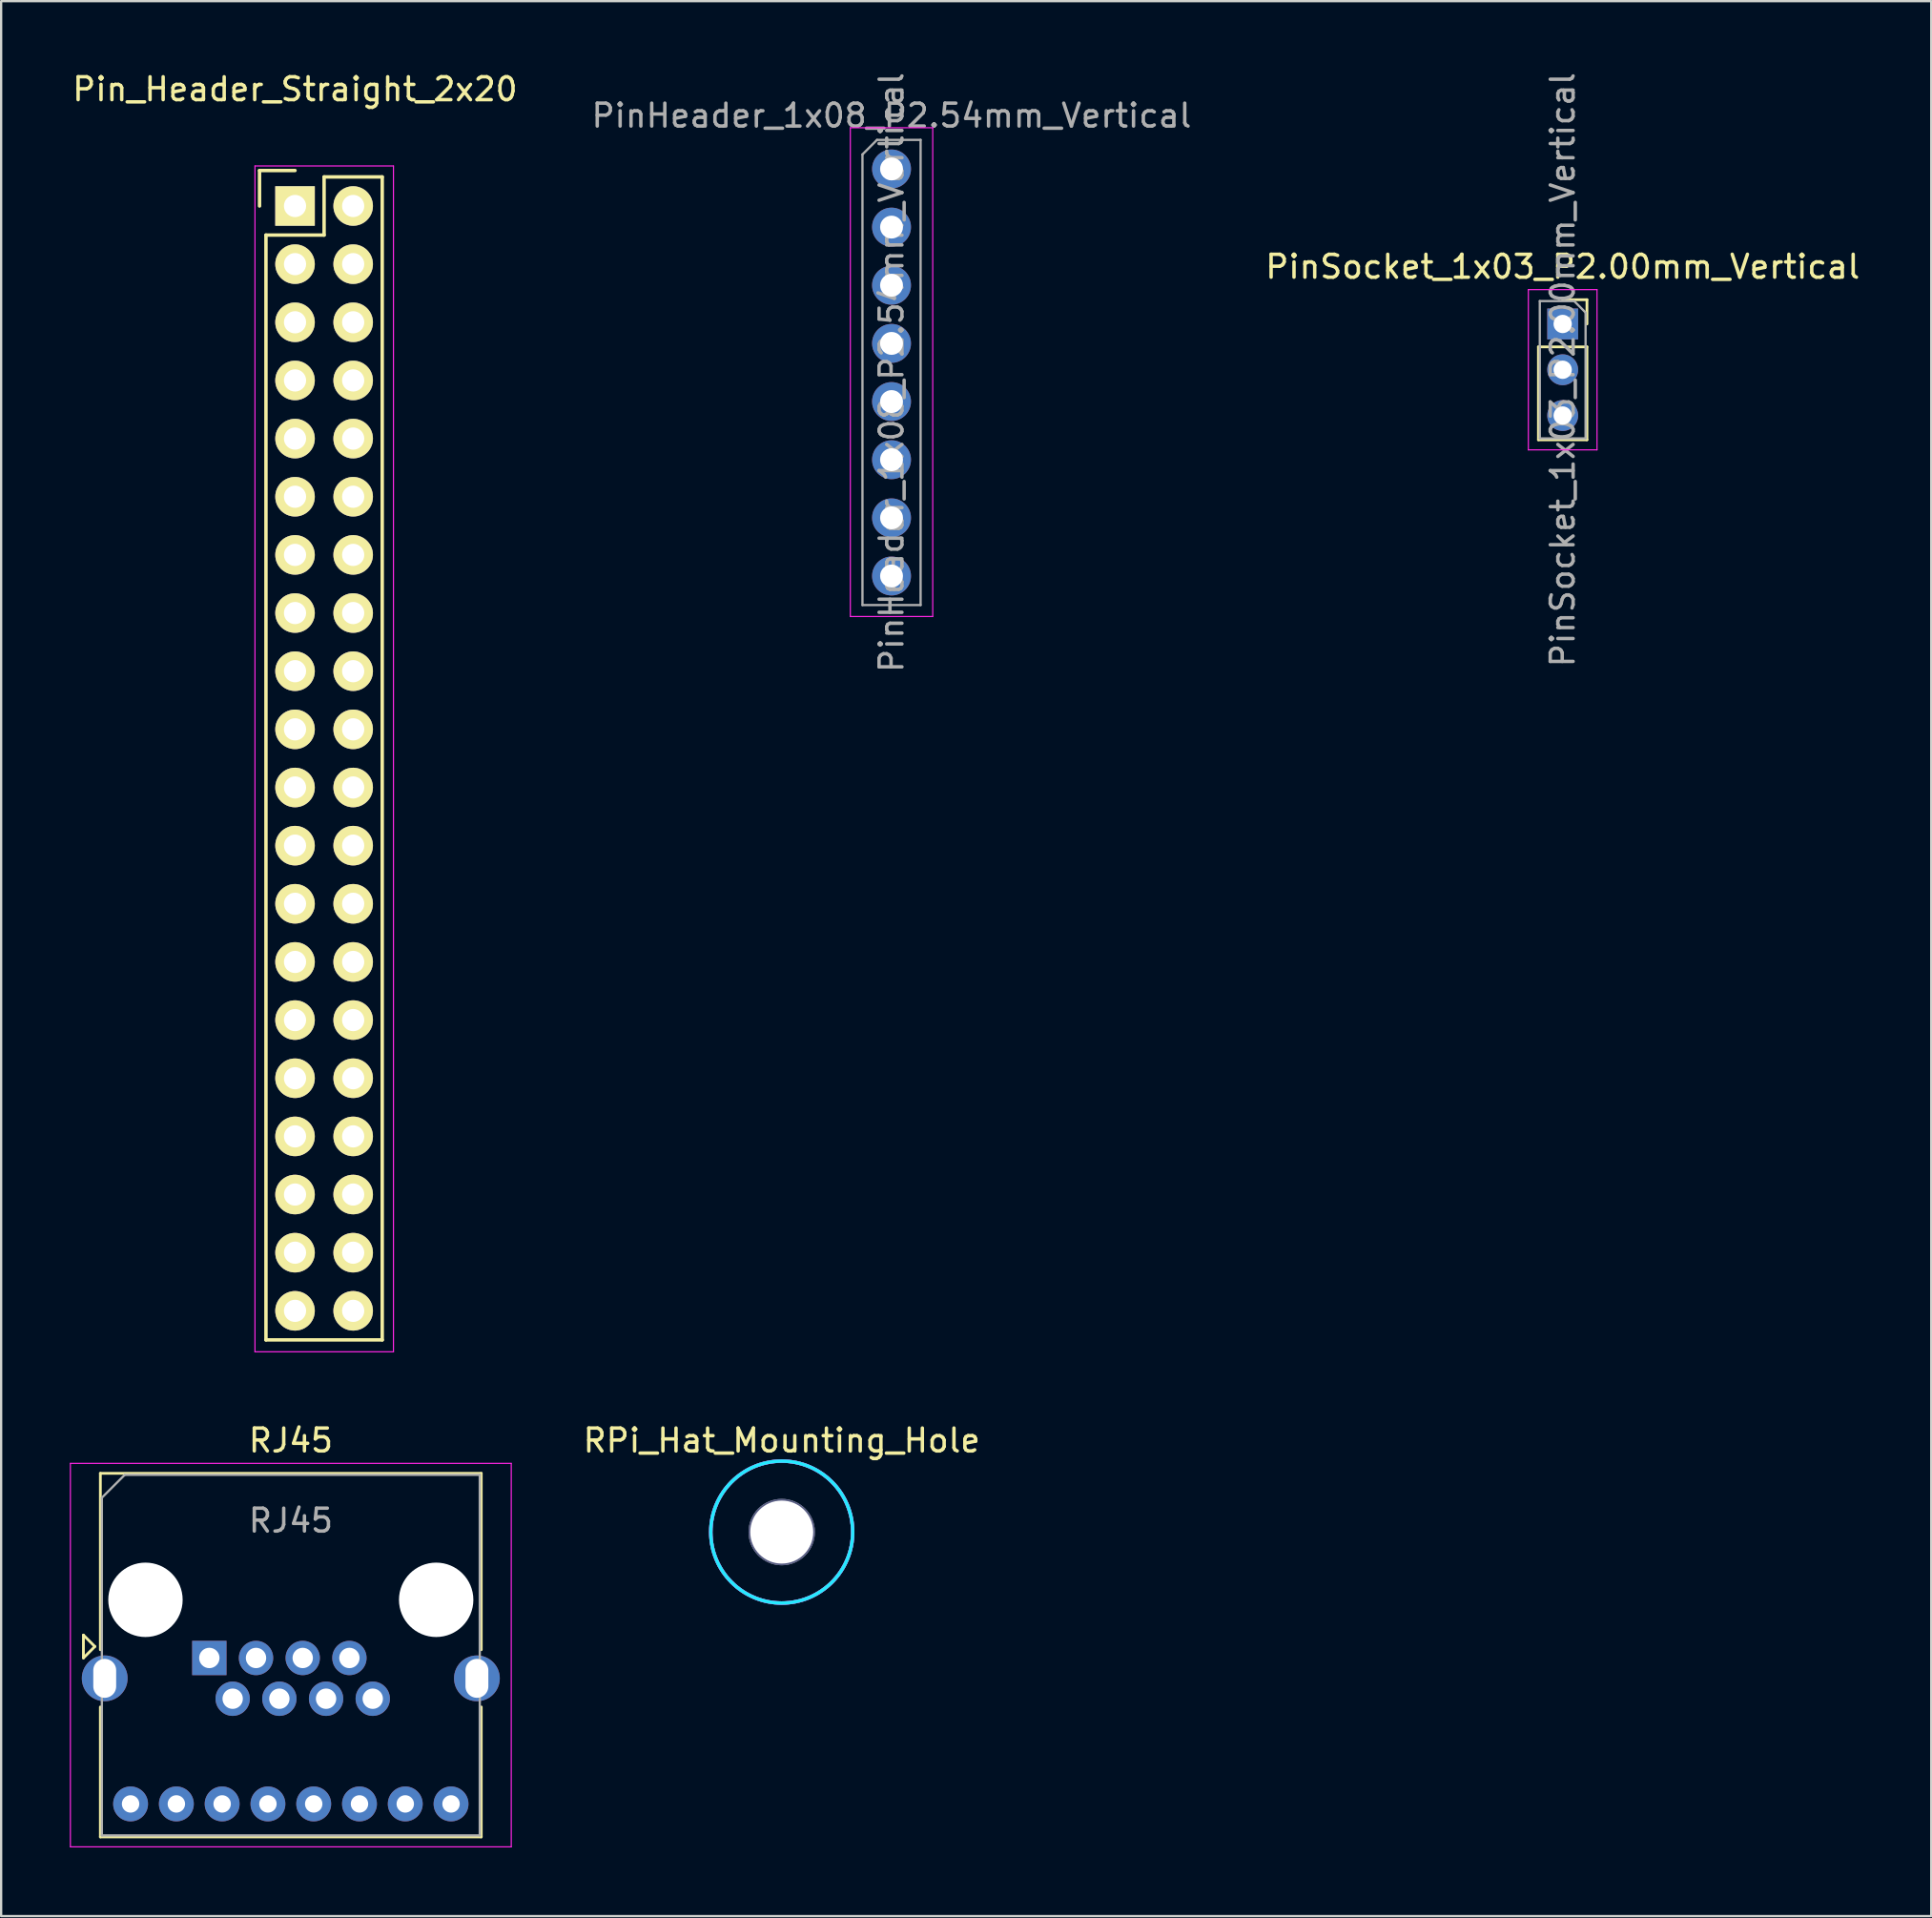
<source format=kicad_pcb>
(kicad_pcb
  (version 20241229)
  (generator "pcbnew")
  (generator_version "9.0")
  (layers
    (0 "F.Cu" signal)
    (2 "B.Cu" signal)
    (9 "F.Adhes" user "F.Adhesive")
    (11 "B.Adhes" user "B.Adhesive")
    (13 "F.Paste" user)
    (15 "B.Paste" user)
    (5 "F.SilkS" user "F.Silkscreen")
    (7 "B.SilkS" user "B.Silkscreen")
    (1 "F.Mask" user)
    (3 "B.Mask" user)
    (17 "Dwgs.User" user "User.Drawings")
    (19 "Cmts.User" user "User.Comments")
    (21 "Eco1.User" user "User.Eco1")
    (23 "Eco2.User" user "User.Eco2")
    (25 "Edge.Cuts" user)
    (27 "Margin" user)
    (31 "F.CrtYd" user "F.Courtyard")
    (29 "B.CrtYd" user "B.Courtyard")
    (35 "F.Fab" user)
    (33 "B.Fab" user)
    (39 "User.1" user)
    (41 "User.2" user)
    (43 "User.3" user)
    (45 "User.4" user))
  (footprint "RJ45"
    (layer "F.Cu")
    (at 9.655 69.246)
    (property "Reference" "RJ45" (at 0 -9.375 0) (layer "F.SilkS") (effects (font (size 1 1) (thickness 0.15))))
    (attr through_hole)
    (fp_line (start -9.06 -0.875) (end -8.56 -0.375) (stroke (width 0.12) (type solid)) (layer "F.SilkS"))
    (fp_line (start -9.06 0.125) (end -9.06 -0.875) (stroke (width 0.12) (type solid)) (layer "F.SilkS"))
    (fp_line (start -8.56 -0.375) (end -9.06 0.125) (stroke (width 0.12) (type solid)) (layer "F.SilkS"))
    (fp_line (start -8.32 -7.94) (end -8.32 -0.235) (stroke (width 0.12) (type solid)) (layer "F.SilkS"))
    (fp_line (start -8.32 -7.94) (end 8.32 -7.94) (stroke (width 0.12) (type solid)) (layer "F.SilkS"))
    (fp_line (start -8.32 7.94) (end -8.32 2.265) (stroke (width 0.12) (type solid)) (layer "F.SilkS"))
    (fp_line (start -8.32 7.94) (end 8.32 7.94) (stroke (width 0.12) (type solid)) (layer "F.SilkS"))
    (fp_line (start 8.32 -7.94) (end 8.32 -0.235) (stroke (width 0.12) (type solid)) (layer "F.SilkS"))
    (fp_line (start 8.32 7.94) (end 8.32 2.265) (stroke (width 0.12) (type solid)) (layer "F.SilkS"))
    (fp_line (start -9.63 -8.375) (end -9.63 8.375) (stroke (width 0.05) (type solid)) (layer "F.CrtYd"))
    (fp_line (start -9.63 -8.375) (end 9.63 -8.375) (stroke (width 0.05) (type solid)) (layer "F.CrtYd"))
    (fp_line (start -9.63 8.375) (end 9.63 8.375) (stroke (width 0.05) (type solid)) (layer "F.CrtYd"))
    (fp_line (start 9.63 -8.375) (end 9.63 8.375) (stroke (width 0.05) (type solid)) (layer "F.CrtYd"))
    (fp_line (start -8.255 -6.875) (end -8.255 7.875) (stroke (width 0.1) (type solid)) (layer "F.Fab"))
    (fp_line (start -8.255 -6.875) (end -7.255 -7.875) (stroke (width 0.1) (type solid)) (layer "F.Fab"))
    (fp_line (start -8.255 7.875) (end 8.255 7.875) (stroke (width 0.1) (type solid)) (layer "F.Fab"))
    (fp_line (start -7.255 -7.875) (end 8.255 -7.875) (stroke (width 0.1) (type solid)) (layer "F.Fab"))
    (fp_line (start 8.255 -7.875) (end 8.255 7.875) (stroke (width 0.1) (type solid)) (layer "F.Fab"))
    (fp_text user "${REFERENCE}" (at 0 -5.875 0) (layer "F.Fab") (effects (font (size 1 1) (thickness 0.15))))
    (pad "" np_thru_hole circle (at -6.35 -2.415) (size 3.25 3.25) (drill 3.25) (layers "*.Cu" "*.Mask"))
    (pad "" np_thru_hole circle (at 6.35 -2.415) (size 3.25 3.25) (drill 3.25) (layers "*.Cu" "*.Mask"))
    (pad "1" thru_hole circle (at -7 6.5) (size 1.524 1.524) (drill 0.762) (layers "*.Cu" "*.Mask"))
    (pad "1" thru_hole rect (at -3.56 0.125) (size 1.5 1.5) (drill 0.89) (layers "*.Cu" "*.Mask"))
    (pad "2" thru_hole circle (at -5 6.5) (size 1.524 1.524) (drill 0.762) (layers "*.Cu" "*.Mask"))
    (pad "2" thru_hole circle (at -2.54 1.905) (size 1.5 1.5) (drill 0.89) (layers "*.Cu" "*.Mask"))
    (pad "3" thru_hole circle (at -3 6.5) (size 1.524 1.524) (drill 0.762) (layers "*.Cu" "*.Mask"))
    (pad "3" thru_hole circle (at -1.52 0.125) (size 1.5 1.5) (drill 0.89) (layers "*.Cu" "*.Mask"))
    (pad "4" thru_hole circle (at -1 6.5) (size 1.524 1.524) (drill 0.762) (layers "*.Cu" "*.Mask"))
    (pad "4" thru_hole circle (at -0.5 1.905) (size 1.5 1.5) (drill 0.89) (layers "*.Cu" "*.Mask"))
    (pad "5" thru_hole circle (at 0.52 0.125) (size 1.5 1.5) (drill 0.89) (layers "*.Cu" "*.Mask"))
    (pad "5" thru_hole circle (at 1 6.5) (size 1.524 1.524) (drill 0.762) (layers "*.Cu" "*.Mask"))
    (pad "6" thru_hole circle (at 1.54 1.905) (size 1.5 1.5) (drill 0.89) (layers "*.Cu" "*.Mask"))
    (pad "6" thru_hole circle (at 3 6.5) (size 1.524 1.524) (drill 0.762) (layers "*.Cu" "*.Mask"))
    (pad "7" thru_hole circle (at 2.56 0.125) (size 1.5 1.5) (drill 0.89) (layers "*.Cu" "*.Mask"))
    (pad "7" thru_hole circle (at 5 6.5) (size 1.524 1.524) (drill 0.762) (layers "*.Cu" "*.Mask"))
    (pad "8" thru_hole circle (at 3.58 1.905) (size 1.5 1.5) (drill 0.89) (layers "*.Cu" "*.Mask"))
    (pad "8" thru_hole circle (at 7 6.5) (size 1.524 1.524) (drill 0.762) (layers "*.Cu" "*.Mask"))
    (pad "SH" thru_hole circle (at -8.13 1.015) (size 2 2) (drill oval 1 1.7) (layers "*.Cu" "*.Mask"))
    (pad "SH" thru_hole circle (at 8.13 1.015) (size 2 2) (drill oval 1 1.7) (layers "*.Cu" "*.Mask")))
  (footprint "PinHeader_1x08_P2.54mm_Vertical"
    (layer "F.Cu")
    (at 35.899 4.33)
    (property "Reference" "PinHeader_1x08_P2.54mm_Vertical" (at 0 -2.33 0) (layer "F.Fab") (effects (font (size 1 1) (thickness 0.15))))
    (attr through_hole)
    (fp_line (start -1.8 -1.8) (end -1.8 19.55) (stroke (width 0.05) (type solid)) (layer "F.CrtYd"))
    (fp_line (start -1.8 19.55) (end 1.8 19.55) (stroke (width 0.05) (type solid)) (layer "F.CrtYd"))
    (fp_line (start 1.8 -1.8) (end -1.8 -1.8) (stroke (width 0.05) (type solid)) (layer "F.CrtYd"))
    (fp_line (start 1.8 19.55) (end 1.8 -1.8) (stroke (width 0.05) (type solid)) (layer "F.CrtYd"))
    (fp_line (start -1.27 -0.635) (end -0.635 -1.27) (stroke (width 0.1) (type solid)) (layer "F.Fab"))
    (fp_line (start -1.27 19.05) (end -1.27 -0.635) (stroke (width 0.1) (type solid)) (layer "F.Fab"))
    (fp_line (start -0.635 -1.27) (end 1.27 -1.27) (stroke (width 0.1) (type solid)) (layer "F.Fab"))
    (fp_line (start 1.27 -1.27) (end 1.27 19.05) (stroke (width 0.1) (type solid)) (layer "F.Fab"))
    (fp_line (start 1.27 19.05) (end -1.27 19.05) (stroke (width 0.1) (type solid)) (layer "F.Fab"))
    (fp_text user "${REFERENCE}" (at 0 8.89 90) (layer "F.Fab") (effects (font (size 1 1) (thickness 0.15))))
    (pad "1" thru_hole circle (at 0 0) (size 1.7 1.7) (drill 1) (layers "*.Cu" "*.Mask"))
    (pad "2" thru_hole oval (at 0 2.54) (size 1.7 1.7) (drill 1) (layers "*.Cu" "*.Mask"))
    (pad "3" thru_hole oval (at 0 5.08) (size 1.7 1.7) (drill 1) (layers "*.Cu" "*.Mask"))
    (pad "4" thru_hole oval (at 0 7.62) (size 1.7 1.7) (drill 1) (layers "*.Cu" "*.Mask"))
    (pad "5" thru_hole oval (at 0 10.16) (size 1.7 1.7) (drill 1) (layers "*.Cu" "*.Mask"))
    (pad "6" thru_hole oval (at 0 12.7) (size 1.7 1.7) (drill 1) (layers "*.Cu" "*.Mask"))
    (pad "7" thru_hole oval (at 0 15.24) (size 1.7 1.7) (drill 1) (layers "*.Cu" "*.Mask"))
    (pad "8" thru_hole oval (at 0 17.78) (size 1.7 1.7) (drill 1) (layers "*.Cu" "*.Mask")))
  (footprint "Pin_Header_Straight_2x20"
    (layer "F.Cu")
    (at 11.109 30.078)
    (property "Reference" "Pin_Header_Straight_2x20" (at -1.27 -29.23 0) (layer "F.SilkS") (effects (font (size 1 1) (thickness 0.15))))
    (attr through_hole)
    (fp_line (start -2.82 -25.68) (end -2.82 -24.13) (stroke (width 0.15) (type solid)) (layer "F.SilkS"))
    (fp_line (start -2.54 -22.86) (end -2.54 25.4) (stroke (width 0.15) (type solid)) (layer "F.SilkS"))
    (fp_line (start -1.27 -25.68) (end -2.82 -25.68) (stroke (width 0.15) (type solid)) (layer "F.SilkS"))
    (fp_line (start 0 -25.4) (end 0 -22.86) (stroke (width 0.15) (type solid)) (layer "F.SilkS"))
    (fp_line (start 0 -22.86) (end -2.54 -22.86) (stroke (width 0.15) (type solid)) (layer "F.SilkS"))
    (fp_line (start 2.54 -25.4) (end 0 -25.4) (stroke (width 0.15) (type solid)) (layer "F.SilkS"))
    (fp_line (start 2.54 25.4) (end -2.54 25.4) (stroke (width 0.15) (type solid)) (layer "F.SilkS"))
    (fp_line (start 2.54 25.4) (end 2.54 -25.4) (stroke (width 0.15) (type solid)) (layer "F.SilkS"))
    (fp_line (start -3.02 -25.88) (end -3.02 25.92) (stroke (width 0.05) (type solid)) (layer "F.CrtYd"))
    (fp_line (start -3.02 -25.88) (end 3.03 -25.88) (stroke (width 0.05) (type solid)) (layer "F.CrtYd"))
    (fp_line (start -3.02 25.92) (end 3.03 25.92) (stroke (width 0.05) (type solid)) (layer "F.CrtYd"))
    (fp_line (start 3.03 -25.88) (end 3.03 25.92) (stroke (width 0.05) (type solid)) (layer "F.CrtYd"))
    (pad "1" thru_hole rect (at -1.27 -24.13) (size 1.727 1.727) (drill 0.97) (layers "*.Cu" "*.Mask" "F.SilkS"))
    (pad "2" thru_hole oval (at 1.27 -24.13) (size 1.727 1.727) (drill 0.97) (layers "*.Cu" "*.Mask" "F.SilkS"))
    (pad "3" thru_hole oval (at -1.27 -21.59) (size 1.727 1.727) (drill 0.97) (layers "*.Cu" "*.Mask" "F.SilkS"))
    (pad "4" thru_hole oval (at 1.27 -21.59) (size 1.727 1.727) (drill 0.97) (layers "*.Cu" "*.Mask" "F.SilkS"))
    (pad "5" thru_hole oval (at -1.27 -19.05) (size 1.727 1.727) (drill 0.97) (layers "*.Cu" "*.Mask" "F.SilkS"))
    (pad "6" thru_hole oval (at 1.27 -19.05) (size 1.727 1.727) (drill 0.97) (layers "*.Cu" "*.Mask" "F.SilkS"))
    (pad "7" thru_hole oval (at -1.27 -16.51) (size 1.727 1.727) (drill 0.97) (layers "*.Cu" "*.Mask" "F.SilkS"))
    (pad "8" thru_hole oval (at 1.27 -16.51) (size 1.727 1.727) (drill 0.97) (layers "*.Cu" "*.Mask" "F.SilkS"))
    (pad "9" thru_hole oval (at -1.27 -13.97) (size 1.727 1.727) (drill 0.97) (layers "*.Cu" "*.Mask" "F.SilkS"))
    (pad "10" thru_hole oval (at 1.27 -13.97) (size 1.727 1.727) (drill 0.97) (layers "*.Cu" "*.Mask" "F.SilkS"))
    (pad "11" thru_hole oval (at -1.27 -11.43) (size 1.727 1.727) (drill 0.97) (layers "*.Cu" "*.Mask" "F.SilkS"))
    (pad "12" thru_hole oval (at 1.27 -11.43) (size 1.727 1.727) (drill 0.97) (layers "*.Cu" "*.Mask" "F.SilkS"))
    (pad "13" thru_hole oval (at -1.27 -8.89) (size 1.727 1.727) (drill 0.97) (layers "*.Cu" "*.Mask" "F.SilkS"))
    (pad "14" thru_hole oval (at 1.27 -8.89) (size 1.727 1.727) (drill 0.97) (layers "*.Cu" "*.Mask" "F.SilkS"))
    (pad "15" thru_hole oval (at -1.27 -6.35) (size 1.727 1.727) (drill 0.97) (layers "*.Cu" "*.Mask" "F.SilkS"))
    (pad "16" thru_hole oval (at 1.27 -6.35) (size 1.727 1.727) (drill 0.97) (layers "*.Cu" "*.Mask" "F.SilkS"))
    (pad "17" thru_hole oval (at -1.27 -3.81) (size 1.727 1.727) (drill 0.97) (layers "*.Cu" "*.Mask" "F.SilkS"))
    (pad "18" thru_hole oval (at 1.27 -3.81) (size 1.727 1.727) (drill 0.97) (layers "*.Cu" "*.Mask" "F.SilkS"))
    (pad "19" thru_hole oval (at -1.27 -1.27) (size 1.727 1.727) (drill 0.97) (layers "*.Cu" "*.Mask" "F.SilkS"))
    (pad "20" thru_hole oval (at 1.27 -1.27) (size 1.727 1.727) (drill 0.97) (layers "*.Cu" "*.Mask" "F.SilkS"))
    (pad "21" thru_hole oval (at -1.27 1.27) (size 1.727 1.727) (drill 0.97) (layers "*.Cu" "*.Mask" "F.SilkS"))
    (pad "22" thru_hole oval (at 1.27 1.27) (size 1.727 1.727) (drill 0.97) (layers "*.Cu" "*.Mask" "F.SilkS"))
    (pad "23" thru_hole oval (at -1.27 3.81) (size 1.727 1.727) (drill 0.97) (layers "*.Cu" "*.Mask" "F.SilkS"))
    (pad "24" thru_hole oval (at 1.27 3.81) (size 1.727 1.727) (drill 0.97) (layers "*.Cu" "*.Mask" "F.SilkS"))
    (pad "25" thru_hole oval (at -1.27 6.35) (size 1.727 1.727) (drill 0.97) (layers "*.Cu" "*.Mask" "F.SilkS"))
    (pad "26" thru_hole oval (at 1.27 6.35) (size 1.727 1.727) (drill 0.97) (layers "*.Cu" "*.Mask" "F.SilkS"))
    (pad "27" thru_hole oval (at -1.27 8.89) (size 1.727 1.727) (drill 0.97) (layers "*.Cu" "*.Mask" "F.SilkS"))
    (pad "28" thru_hole oval (at 1.27 8.89) (size 1.727 1.727) (drill 0.97) (layers "*.Cu" "*.Mask" "F.SilkS"))
    (pad "29" thru_hole oval (at -1.27 11.43) (size 1.727 1.727) (drill 0.97) (layers "*.Cu" "*.Mask" "F.SilkS"))
    (pad "30" thru_hole oval (at 1.27 11.43) (size 1.727 1.727) (drill 0.97) (layers "*.Cu" "*.Mask" "F.SilkS"))
    (pad "31" thru_hole oval (at -1.27 13.97) (size 1.727 1.727) (drill 0.97) (layers "*.Cu" "*.Mask" "F.SilkS"))
    (pad "32" thru_hole oval (at 1.27 13.97) (size 1.727 1.727) (drill 0.97) (layers "*.Cu" "*.Mask" "F.SilkS"))
    (pad "33" thru_hole oval (at -1.27 16.51) (size 1.727 1.727) (drill 0.97) (layers "*.Cu" "*.Mask" "F.SilkS"))
    (pad "34" thru_hole oval (at 1.27 16.51) (size 1.727 1.727) (drill 0.97) (layers "*.Cu" "*.Mask" "F.SilkS"))
    (pad "35" thru_hole oval (at -1.27 19.05) (size 1.727 1.727) (drill 0.97) (layers "*.Cu" "*.Mask" "F.SilkS"))
    (pad "36" thru_hole oval (at 1.27 19.05) (size 1.727 1.727) (drill 0.97) (layers "*.Cu" "*.Mask" "F.SilkS"))
    (pad "37" thru_hole oval (at -1.27 21.59) (size 1.727 1.727) (drill 0.97) (layers "*.Cu" "*.Mask" "F.SilkS"))
    (pad "38" thru_hole oval (at 1.27 21.59) (size 1.727 1.727) (drill 0.97) (layers "*.Cu" "*.Mask" "F.SilkS"))
    (pad "39" thru_hole oval (at -1.27 24.13) (size 1.727 1.727) (drill 0.97) (layers "*.Cu" "*.Mask" "F.SilkS"))
    (pad "40" thru_hole oval (at 1.27 24.13) (size 1.727 1.727) (drill 0.97) (layers "*.Cu" "*.Mask" "F.SilkS")))
  (footprint "PinSocket_1x03_P2.00mm_Vertical"
    (layer "F.Cu")
    (at 65.22 11.101)
    (property "Reference" "PinSocket_1x03_P2.00mm_Vertical" (at 0 -2.5 0) (layer "F.SilkS") (effects (font (size 1 1) (thickness 0.15))))
    (attr through_hole)
    (fp_line (start -1.06 1) (end -1.06 5.06) (stroke (width 0.12) (type solid)) (layer "F.SilkS"))
    (fp_line (start -1.06 1) (end 1.06 1) (stroke (width 0.12) (type solid)) (layer "F.SilkS"))
    (fp_line (start -1.06 5.06) (end 1.06 5.06) (stroke (width 0.12) (type solid)) (layer "F.SilkS"))
    (fp_line (start 0 -1.06) (end 1.06 -1.06) (stroke (width 0.12) (type solid)) (layer "F.SilkS"))
    (fp_line (start 1.06 -1.06) (end 1.06 0) (stroke (width 0.12) (type solid)) (layer "F.SilkS"))
    (fp_line (start 1.06 1) (end 1.06 5.06) (stroke (width 0.12) (type solid)) (layer "F.SilkS"))
    (fp_line (start -1.5 -1.5) (end 1.5 -1.5) (stroke (width 0.05) (type solid)) (layer "F.CrtYd"))
    (fp_line (start -1.5 5.5) (end -1.5 -1.5) (stroke (width 0.05) (type solid)) (layer "F.CrtYd"))
    (fp_line (start 1.5 -1.5) (end 1.5 5.5) (stroke (width 0.05) (type solid)) (layer "F.CrtYd"))
    (fp_line (start 1.5 5.5) (end -1.5 5.5) (stroke (width 0.05) (type solid)) (layer "F.CrtYd"))
    (fp_line (start -1 -1) (end 0.5 -1) (stroke (width 0.1) (type solid)) (layer "F.Fab"))
    (fp_line (start -1 5) (end -1 -1) (stroke (width 0.1) (type solid)) (layer "F.Fab"))
    (fp_line (start 0.5 -1) (end 1 -0.5) (stroke (width 0.1) (type solid)) (layer "F.Fab"))
    (fp_line (start 1 -0.5) (end 1 5) (stroke (width 0.1) (type solid)) (layer "F.Fab"))
    (fp_line (start 1 5) (end -1 5) (stroke (width 0.1) (type solid)) (layer "F.Fab"))
    (fp_text user "${REFERENCE}" (at 0 2 90) (layer "F.Fab") (effects (font (size 1 1) (thickness 0.15))))
    (pad "1" thru_hole rect (at 0 0) (size 1.35 1.35) (drill 0.8) (layers "*.Cu" "*.Mask"))
    (pad "2" thru_hole oval (at 0 2) (size 1.35 1.35) (drill 0.8) (layers "*.Cu" "*.Mask"))
    (pad "3" thru_hole oval (at 0 4) (size 1.35 1.35) (drill 0.8) (layers "*.Cu" "*.Mask")))
  (footprint "RPi_Hat_Mounting_Hole"
    (layer "F.Cu")
    (at 31.102 63.872)
    (property "Reference" "RPi_Hat_Mounting_Hole" (at 0 -4 0) (layer "F.SilkS") (effects (font (size 1 1) (thickness 0.15))))
    (attr through_hole)
    (fp_circle (center 0 0) (end 3.1 0) (stroke (width 0.15) (type solid)) (fill no) (layer "B.CrtYd"))
    (fp_circle (center 0 0) (end 3.1 0) (stroke (width 0.15) (type solid)) (fill no) (layer "F.CrtYd"))
    (fp_circle (center 0 0) (end 1.375 0) (stroke (width 0.15) (type solid)) (fill no) (layer "B.Fab"))
    (fp_circle (center 0 0) (end 3.1 0) (stroke (width 0.15) (type solid)) (fill no) (layer "B.Fab"))
    (fp_circle (center 0 0) (end 1.375 0) (stroke (width 0.15) (type solid)) (fill no) (layer "F.Fab"))
    (fp_circle (center 0 0) (end 3.1 0) (stroke (width 0.15) (type solid)) (fill no) (layer "F.Fab"))
    (pad "" np_thru_hole circle (at 0 0) (size 2.75 2.75) (drill 2.75) (layers "*.Cu" "*.Mask")))
  (gr_rect
    (start -3 -3)
    (end 81.321 80.647)
    (stroke (width 0.1) (type default))
    (fill no)
    (layer "Edge.Cuts")))
</source>
